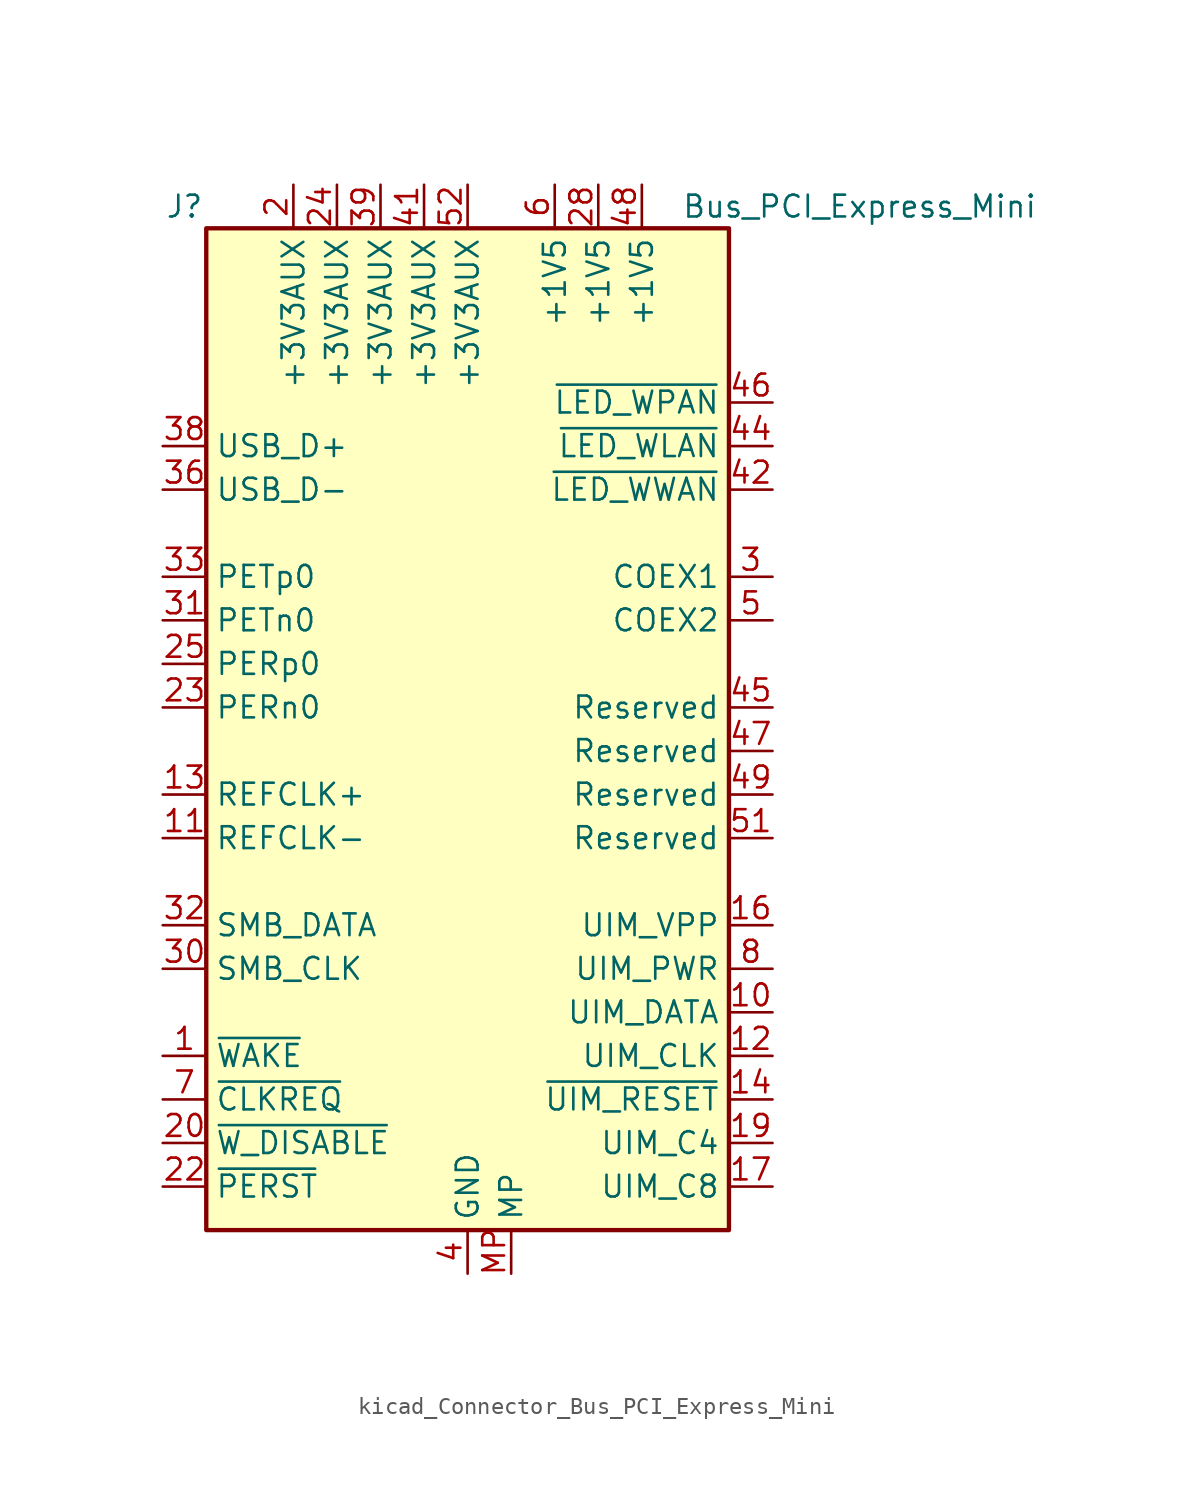
<source format=kicad_sym>
(kicad_symbol_lib
  (version 20220914)
  (generator kicad_symbol_editor)
  (symbol "kicad_Connector_Bus_PCI_Express_Mini"
    (property "Reference" "J"
      (at -16.51 31.75 0)
      (effects (font (size 1.27 1.27))))
    (property "Value" "Bus_PCI_Express_Mini"
      (at 22.86 31.75 0)
      (effects (font (size 1.27 1.27))))
    (symbol "kicad_Connector_Bus_PCI_Express_Mini_0_1"
      (rectangle (start -15.24 30.48) (end 15.24 -27.94) (stroke (width 0.254) (type default)) (fill (type background))))
    (symbol "kicad_Connector_Bus_PCI_Express_Mini_1_1"
      (pin open_collector line (at -17.78 -17.78 0) (length 2.54) (name "~{WAKE}" (effects (font (size 1.27 1.27)))) (number "1" (effects (font (size 1.27 1.27)))))
      (pin bidirectional line (at 17.78 -15.24 180) (length 2.54) (name "UIM_DATA" (effects (font (size 1.27 1.27)))) (number "10" (effects (font (size 1.27 1.27)))))
      (pin input line (at -17.78 -5.08 0) (length 2.54) (name "REFCLK-" (effects (font (size 1.27 1.27)))) (number "11" (effects (font (size 1.27 1.27)))))
      (pin output line (at 17.78 -17.78 180) (length 2.54) (name "UIM_CLK" (effects (font (size 1.27 1.27)))) (number "12" (effects (font (size 1.27 1.27)))))
      (pin input line (at -17.78 -2.54 0) (length 2.54) (name "REFCLK+" (effects (font (size 1.27 1.27)))) (number "13" (effects (font (size 1.27 1.27)))))
      (pin output line (at 17.78 -20.32 180) (length 2.54) (name "~{UIM_RESET}" (effects (font (size 1.27 1.27)))) (number "14" (effects (font (size 1.27 1.27)))))
      (pin passive line (at 0 -30.48 90) (length 2.54) hide (name "GND" (effects (font (size 1.27 1.27)))) (number "15" (effects (font (size 1.27 1.27)))))
      (pin power_out line (at 17.78 -10.16 180) (length 2.54) (name "UIM_VPP" (effects (font (size 1.27 1.27)))) (number "16" (effects (font (size 1.27 1.27)))))
      (pin passive line (at 17.78 -25.4 180) (length 2.54) (name "UIM_C8" (effects (font (size 1.27 1.27)))) (number "17" (effects (font (size 1.27 1.27)))))
      (pin passive line (at 0 -30.48 90) (length 2.54) hide (name "GND" (effects (font (size 1.27 1.27)))) (number "18" (effects (font (size 1.27 1.27)))))
      (pin passive line (at 17.78 -22.86 180) (length 2.54) (name "UIM_C4" (effects (font (size 1.27 1.27)))) (number "19" (effects (font (size 1.27 1.27)))))
      (pin power_in line (at -10.16 33.02 270) (length 2.54) (name "+3V3AUX" (effects (font (size 1.27 1.27)))) (number "2" (effects (font (size 1.27 1.27)))))
      (pin input line (at -17.78 -22.86 0) (length 2.54) (name "~{W_DISABLE}" (effects (font (size 1.27 1.27)))) (number "20" (effects (font (size 1.27 1.27)))))
      (pin passive line (at 0 -30.48 90) (length 2.54) hide (name "GND" (effects (font (size 1.27 1.27)))) (number "21" (effects (font (size 1.27 1.27)))))
      (pin input line (at -17.78 -25.4 0) (length 2.54) (name "~{PERST}" (effects (font (size 1.27 1.27)))) (number "22" (effects (font (size 1.27 1.27)))))
      (pin output line (at -17.78 2.54 0) (length 2.54) (name "PERn0" (effects (font (size 1.27 1.27)))) (number "23" (effects (font (size 1.27 1.27)))))
      (pin power_in line (at -7.62 33.02 270) (length 2.54) (name "+3V3AUX" (effects (font (size 1.27 1.27)))) (number "24" (effects (font (size 1.27 1.27)))))
      (pin output line (at -17.78 5.08 0) (length 2.54) (name "PERp0" (effects (font (size 1.27 1.27)))) (number "25" (effects (font (size 1.27 1.27)))))
      (pin passive line (at 0 -30.48 90) (length 2.54) hide (name "GND" (effects (font (size 1.27 1.27)))) (number "26" (effects (font (size 1.27 1.27)))))
      (pin passive line (at 0 -30.48 90) (length 2.54) hide (name "GND" (effects (font (size 1.27 1.27)))) (number "27" (effects (font (size 1.27 1.27)))))
      (pin power_in line (at 7.62 33.02 270) (length 2.54) (name "+1V5" (effects (font (size 1.27 1.27)))) (number "28" (effects (font (size 1.27 1.27)))))
      (pin passive line (at 0 -30.48 90) (length 2.54) hide (name "GND" (effects (font (size 1.27 1.27)))) (number "29" (effects (font (size 1.27 1.27)))))
      (pin passive line (at 17.78 10.16 180) (length 2.54) (name "COEX1" (effects (font (size 1.27 1.27)))) (number "3" (effects (font (size 1.27 1.27)))))
      (pin input line (at -17.78 -12.7 0) (length 2.54) (name "SMB_CLK" (effects (font (size 1.27 1.27)))) (number "30" (effects (font (size 1.27 1.27)))))
      (pin input line (at -17.78 7.62 0) (length 2.54) (name "PETn0" (effects (font (size 1.27 1.27)))) (number "31" (effects (font (size 1.27 1.27)))))
      (pin bidirectional line (at -17.78 -10.16 0) (length 2.54) (name "SMB_DATA" (effects (font (size 1.27 1.27)))) (number "32" (effects (font (size 1.27 1.27)))))
      (pin input line (at -17.78 10.16 0) (length 2.54) (name "PETp0" (effects (font (size 1.27 1.27)))) (number "33" (effects (font (size 1.27 1.27)))))
      (pin passive line (at 0 -30.48 90) (length 2.54) hide (name "GND" (effects (font (size 1.27 1.27)))) (number "34" (effects (font (size 1.27 1.27)))))
      (pin passive line (at 0 -30.48 90) (length 2.54) hide (name "GND" (effects (font (size 1.27 1.27)))) (number "35" (effects (font (size 1.27 1.27)))))
      (pin bidirectional line (at -17.78 15.24 0) (length 2.54) (name "USB_D-" (effects (font (size 1.27 1.27)))) (number "36" (effects (font (size 1.27 1.27)))))
      (pin passive line (at 0 -30.48 90) (length 2.54) hide (name "GND" (effects (font (size 1.27 1.27)))) (number "37" (effects (font (size 1.27 1.27)))))
      (pin bidirectional line (at -17.78 17.78 0) (length 2.54) (name "USB_D+" (effects (font (size 1.27 1.27)))) (number "38" (effects (font (size 1.27 1.27)))))
      (pin power_in line (at -5.08 33.02 270) (length 2.54) (name "+3V3AUX" (effects (font (size 1.27 1.27)))) (number "39" (effects (font (size 1.27 1.27)))))
      (pin power_in line (at 0 -30.48 90) (length 2.54) (name "GND" (effects (font (size 1.27 1.27)))) (number "4" (effects (font (size 1.27 1.27)))))
      (pin passive line (at 0 -30.48 90) (length 2.54) hide (name "GND" (effects (font (size 1.27 1.27)))) (number "40" (effects (font (size 1.27 1.27)))))
      (pin power_in line (at -2.54 33.02 270) (length 2.54) (name "+3V3AUX" (effects (font (size 1.27 1.27)))) (number "41" (effects (font (size 1.27 1.27)))))
      (pin open_collector line (at 17.78 15.24 180) (length 2.54) (name "~{LED_WWAN}" (effects (font (size 1.27 1.27)))) (number "42" (effects (font (size 1.27 1.27)))))
      (pin passive line (at 0 -30.48 90) (length 2.54) hide (name "GND" (effects (font (size 1.27 1.27)))) (number "43" (effects (font (size 1.27 1.27)))))
      (pin open_collector line (at 17.78 17.78 180) (length 2.54) (name "~{LED_WLAN}" (effects (font (size 1.27 1.27)))) (number "44" (effects (font (size 1.27 1.27)))))
      (pin passive line (at 17.78 2.54 180) (length 2.54) (name "Reserved" (effects (font (size 1.27 1.27)))) (number "45" (effects (font (size 1.27 1.27)))))
      (pin open_collector line (at 17.78 20.32 180) (length 2.54) (name "~{LED_WPAN}" (effects (font (size 1.27 1.27)))) (number "46" (effects (font (size 1.27 1.27)))))
      (pin passive line (at 17.78 0 180) (length 2.54) (name "Reserved" (effects (font (size 1.27 1.27)))) (number "47" (effects (font (size 1.27 1.27)))))
      (pin power_in line (at 10.16 33.02 270) (length 2.54) (name "+1V5" (effects (font (size 1.27 1.27)))) (number "48" (effects (font (size 1.27 1.27)))))
      (pin passive line (at 17.78 -2.54 180) (length 2.54) (name "Reserved" (effects (font (size 1.27 1.27)))) (number "49" (effects (font (size 1.27 1.27)))))
      (pin passive line (at 17.78 7.62 180) (length 2.54) (name "COEX2" (effects (font (size 1.27 1.27)))) (number "5" (effects (font (size 1.27 1.27)))))
      (pin passive line (at 0 -30.48 90) (length 2.54) hide (name "GND" (effects (font (size 1.27 1.27)))) (number "50" (effects (font (size 1.27 1.27)))))
      (pin passive line (at 17.78 -5.08 180) (length 2.54) (name "Reserved" (effects (font (size 1.27 1.27)))) (number "51" (effects (font (size 1.27 1.27)))))
      (pin power_in line (at 0 33.02 270) (length 2.54) (name "+3V3AUX" (effects (font (size 1.27 1.27)))) (number "52" (effects (font (size 1.27 1.27)))))
      (pin power_in line (at 5.08 33.02 270) (length 2.54) (name "+1V5" (effects (font (size 1.27 1.27)))) (number "6" (effects (font (size 1.27 1.27)))))
      (pin open_collector line (at -17.78 -20.32 0) (length 2.54) (name "~{CLKREQ}" (effects (font (size 1.27 1.27)))) (number "7" (effects (font (size 1.27 1.27)))))
      (pin power_out line (at 17.78 -12.7 180) (length 2.54) (name "UIM_PWR" (effects (font (size 1.27 1.27)))) (number "8" (effects (font (size 1.27 1.27)))))
      (pin passive line (at 0 -30.48 90) (length 2.54) hide (name "GND" (effects (font (size 1.27 1.27)))) (number "9" (effects (font (size 1.27 1.27)))))
      (pin passive line (at 2.54 -30.48 90) (length 2.54) (name "MP" (effects (font (size 1.27 1.27)))) (number "MP" (effects (font (size 1.27 1.27))))))))
</source>
